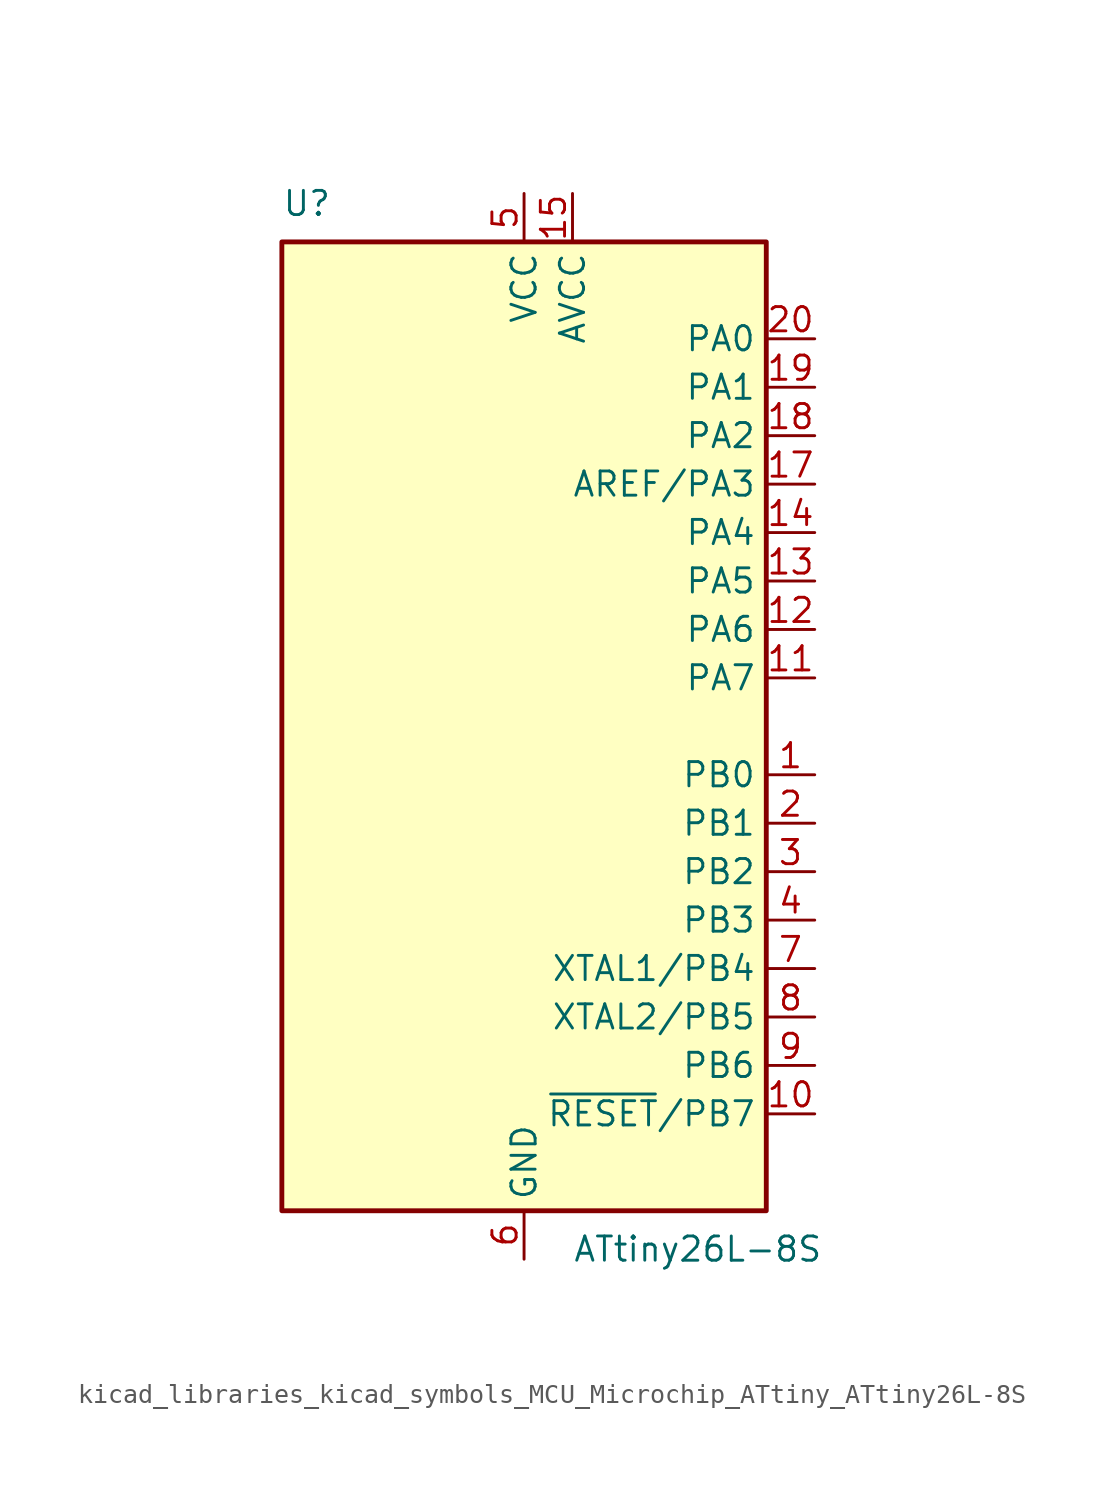
<source format=kicad_sym>
(kicad_symbol_lib
  (version 20220914)
  (generator kicad_symbol_editor)
  (symbol "kicad_libraries_kicad_symbols_MCU_Microchip_ATtiny_ATtiny26L-8S"
    (property "Reference" "U"
      (at -12.7 26.67 0)
      (effects (font (size 1.27 1.27)) (justify left bottom)))
    (property "Value" "ATtiny26L-8S"
      (at 2.54 -26.67 0)
      (effects (font (size 1.27 1.27)) (justify left top)))
    (symbol "kicad_libraries_kicad_symbols_MCU_Microchip_ATtiny_ATtiny26L-8S_0_1"
      (rectangle (start -12.7 -25.4) (end 12.7 25.4) (stroke (width 0.254) (type default)) (fill (type background))))
    (symbol "kicad_libraries_kicad_symbols_MCU_Microchip_ATtiny_ATtiny26L-8S_1_1"
      (pin bidirectional line (at 15.24 -2.54 180) (length 2.54) (name "PB0" (effects (font (size 1.27 1.27)))) (number "1" (effects (font (size 1.27 1.27)))))
      (pin bidirectional line (at 15.24 -20.32 180) (length 2.54) (name "~{RESET}/PB7" (effects (font (size 1.27 1.27)))) (number "10" (effects (font (size 1.27 1.27)))))
      (pin bidirectional line (at 15.24 2.54 180) (length 2.54) (name "PA7" (effects (font (size 1.27 1.27)))) (number "11" (effects (font (size 1.27 1.27)))))
      (pin bidirectional line (at 15.24 5.08 180) (length 2.54) (name "PA6" (effects (font (size 1.27 1.27)))) (number "12" (effects (font (size 1.27 1.27)))))
      (pin bidirectional line (at 15.24 7.62 180) (length 2.54) (name "PA5" (effects (font (size 1.27 1.27)))) (number "13" (effects (font (size 1.27 1.27)))))
      (pin bidirectional line (at 15.24 10.16 180) (length 2.54) (name "PA4" (effects (font (size 1.27 1.27)))) (number "14" (effects (font (size 1.27 1.27)))))
      (pin power_in line (at 2.54 27.94 270) (length 2.54) (name "AVCC" (effects (font (size 1.27 1.27)))) (number "15" (effects (font (size 1.27 1.27)))))
      (pin passive line (at 0 -27.94 90) (length 2.54) hide (name "GND" (effects (font (size 1.27 1.27)))) (number "16" (effects (font (size 1.27 1.27)))))
      (pin bidirectional line (at 15.24 12.7 180) (length 2.54) (name "AREF/PA3" (effects (font (size 1.27 1.27)))) (number "17" (effects (font (size 1.27 1.27)))))
      (pin bidirectional line (at 15.24 15.24 180) (length 2.54) (name "PA2" (effects (font (size 1.27 1.27)))) (number "18" (effects (font (size 1.27 1.27)))))
      (pin bidirectional line (at 15.24 17.78 180) (length 2.54) (name "PA1" (effects (font (size 1.27 1.27)))) (number "19" (effects (font (size 1.27 1.27)))))
      (pin bidirectional line (at 15.24 -5.08 180) (length 2.54) (name "PB1" (effects (font (size 1.27 1.27)))) (number "2" (effects (font (size 1.27 1.27)))))
      (pin bidirectional line (at 15.24 20.32 180) (length 2.54) (name "PA0" (effects (font (size 1.27 1.27)))) (number "20" (effects (font (size 1.27 1.27)))))
      (pin bidirectional line (at 15.24 -7.62 180) (length 2.54) (name "PB2" (effects (font (size 1.27 1.27)))) (number "3" (effects (font (size 1.27 1.27)))))
      (pin bidirectional line (at 15.24 -10.16 180) (length 2.54) (name "PB3" (effects (font (size 1.27 1.27)))) (number "4" (effects (font (size 1.27 1.27)))))
      (pin power_in line (at 0 27.94 270) (length 2.54) (name "VCC" (effects (font (size 1.27 1.27)))) (number "5" (effects (font (size 1.27 1.27)))))
      (pin power_in line (at 0 -27.94 90) (length 2.54) (name "GND" (effects (font (size 1.27 1.27)))) (number "6" (effects (font (size 1.27 1.27)))))
      (pin bidirectional line (at 15.24 -12.7 180) (length 2.54) (name "XTAL1/PB4" (effects (font (size 1.27 1.27)))) (number "7" (effects (font (size 1.27 1.27)))))
      (pin bidirectional line (at 15.24 -15.24 180) (length 2.54) (name "XTAL2/PB5" (effects (font (size 1.27 1.27)))) (number "8" (effects (font (size 1.27 1.27)))))
      (pin bidirectional line (at 15.24 -17.78 180) (length 2.54) (name "PB6" (effects (font (size 1.27 1.27)))) (number "9" (effects (font (size 1.27 1.27))))))))
</source>
